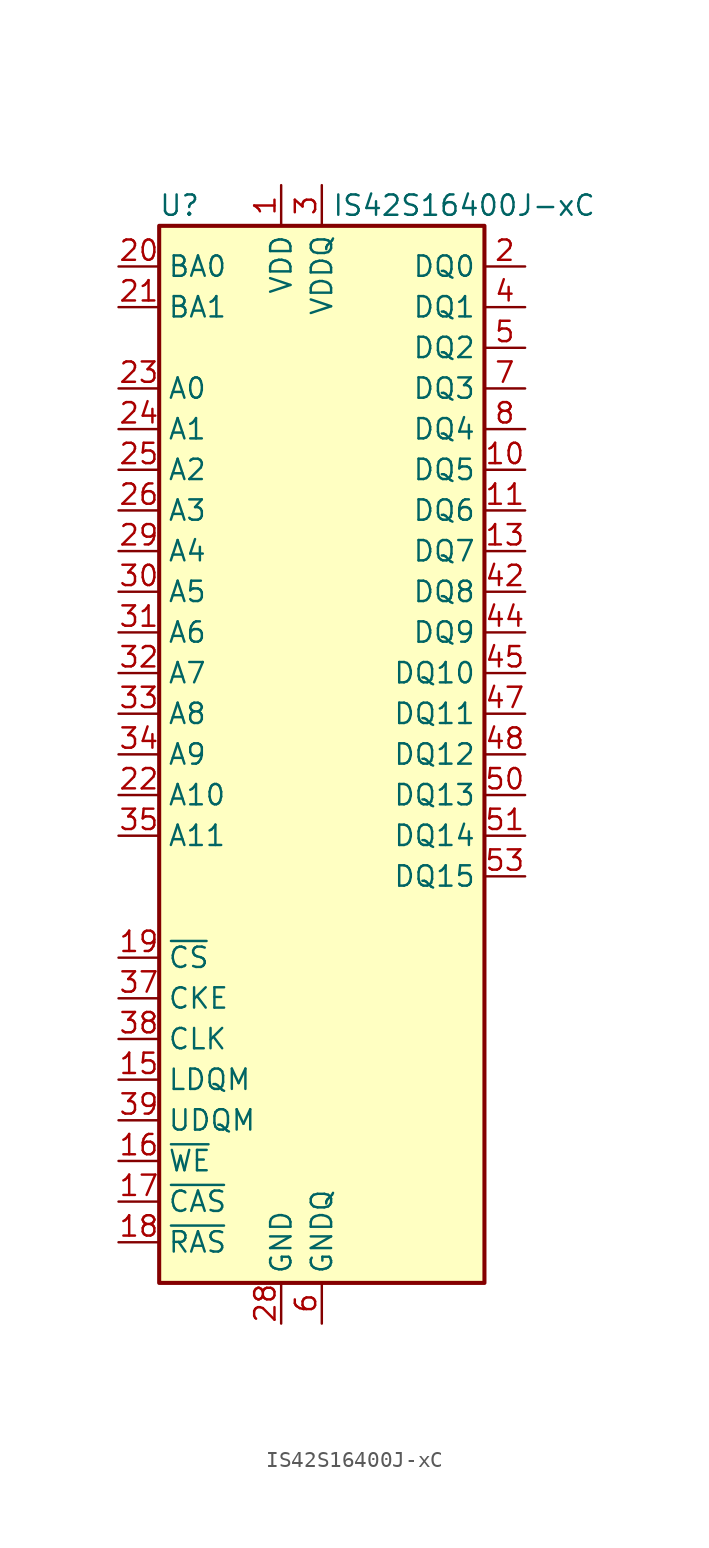
<source format=kicad_sym>
(kicad_symbol_lib
  (version 20200908)
  (generator kicad_symbol_editor)
  (symbol "Memory_RAM:IS42S16400J-xC"
    (property "Reference" "U"
      (at -8.89 34.29 0)
      (effects (font (size 1.27 1.27))))
    (property "Value" "IS42S16400J-xC"
      (at 8.89 34.29 0)
      (effects (font (size 1.27 1.27))))
    (symbol "IS42S16400J-xC_1_1"
      (rectangle (start -10.16 33.02) (end 10.16 -33.02) (stroke (width 0.254)) (fill (type background)))
      (pin power_in line (at -2.54 35.56 270) (length 2.54) (name "VDD" (effects (font (size 1.27 1.27)))) (number "1" (effects (font (size 1.27 1.27)))))
      (pin bidirectional line (at 12.7 17.78 180) (length 2.54) (name "DQ5" (effects (font (size 1.27 1.27)))) (number "10" (effects (font (size 1.27 1.27)))))
      (pin bidirectional line (at 12.7 15.24 180) (length 2.54) (name "DQ6" (effects (font (size 1.27 1.27)))) (number "11" (effects (font (size 1.27 1.27)))))
      (pin passive line (at 0 -35.56 90) (length 2.54) hide (name "GNDQ" (effects (font (size 1.27 1.27)))) (number "12" (effects (font (size 1.27 1.27)))))
      (pin bidirectional line (at 12.7 12.7 180) (length 2.54) (name "DQ7" (effects (font (size 1.27 1.27)))) (number "13" (effects (font (size 1.27 1.27)))))
      (pin passive line (at -2.54 35.56 270) (length 2.54) hide (name "VDD" (effects (font (size 1.27 1.27)))) (number "14" (effects (font (size 1.27 1.27)))))
      (pin input line (at -12.7 -20.32 0) (length 2.54) (name "LDQM" (effects (font (size 1.27 1.27)))) (number "15" (effects (font (size 1.27 1.27)))))
      (pin input line (at -12.7 -25.4 0) (length 2.54) (name "~WE" (effects (font (size 1.27 1.27)))) (number "16" (effects (font (size 1.27 1.27)))))
      (pin input line (at -12.7 -27.94 0) (length 2.54) (name "~CAS" (effects (font (size 1.27 1.27)))) (number "17" (effects (font (size 1.27 1.27)))))
      (pin input line (at -12.7 -30.48 0) (length 2.54) (name "~RAS" (effects (font (size 1.27 1.27)))) (number "18" (effects (font (size 1.27 1.27)))))
      (pin input line (at -12.7 -12.7 0) (length 2.54) (name "~CS" (effects (font (size 1.27 1.27)))) (number "19" (effects (font (size 1.27 1.27)))))
      (pin bidirectional line (at 12.7 30.48 180) (length 2.54) (name "DQ0" (effects (font (size 1.27 1.27)))) (number "2" (effects (font (size 1.27 1.27)))))
      (pin input line (at -12.7 30.48 0) (length 2.54) (name "BA0" (effects (font (size 1.27 1.27)))) (number "20" (effects (font (size 1.27 1.27)))))
      (pin input line (at -12.7 27.94 0) (length 2.54) (name "BA1" (effects (font (size 1.27 1.27)))) (number "21" (effects (font (size 1.27 1.27)))))
      (pin input line (at -12.7 -2.54 0) (length 2.54) (name "A10" (effects (font (size 1.27 1.27)))) (number "22" (effects (font (size 1.27 1.27)))))
      (pin input line (at -12.7 22.86 0) (length 2.54) (name "A0" (effects (font (size 1.27 1.27)))) (number "23" (effects (font (size 1.27 1.27)))))
      (pin input line (at -12.7 20.32 0) (length 2.54) (name "A1" (effects (font (size 1.27 1.27)))) (number "24" (effects (font (size 1.27 1.27)))))
      (pin input line (at -12.7 17.78 0) (length 2.54) (name "A2" (effects (font (size 1.27 1.27)))) (number "25" (effects (font (size 1.27 1.27)))))
      (pin input line (at -12.7 15.24 0) (length 2.54) (name "A3" (effects (font (size 1.27 1.27)))) (number "26" (effects (font (size 1.27 1.27)))))
      (pin passive line (at -2.54 35.56 270) (length 2.54) hide (name "VDD" (effects (font (size 1.27 1.27)))) (number "27" (effects (font (size 1.27 1.27)))))
      (pin power_in line (at -2.54 -35.56 90) (length 2.54) (name "GND" (effects (font (size 1.27 1.27)))) (number "28" (effects (font (size 1.27 1.27)))))
      (pin input line (at -12.7 12.7 0) (length 2.54) (name "A4" (effects (font (size 1.27 1.27)))) (number "29" (effects (font (size 1.27 1.27)))))
      (pin power_in line (at 0 35.56 270) (length 2.54) (name "VDDQ" (effects (font (size 1.27 1.27)))) (number "3" (effects (font (size 1.27 1.27)))))
      (pin input line (at -12.7 10.16 0) (length 2.54) (name "A5" (effects (font (size 1.27 1.27)))) (number "30" (effects (font (size 1.27 1.27)))))
      (pin input line (at -12.7 7.62 0) (length 2.54) (name "A6" (effects (font (size 1.27 1.27)))) (number "31" (effects (font (size 1.27 1.27)))))
      (pin input line (at -12.7 5.08 0) (length 2.54) (name "A7" (effects (font (size 1.27 1.27)))) (number "32" (effects (font (size 1.27 1.27)))))
      (pin input line (at -12.7 2.54 0) (length 2.54) (name "A8" (effects (font (size 1.27 1.27)))) (number "33" (effects (font (size 1.27 1.27)))))
      (pin input line (at -12.7 0 0) (length 2.54) (name "A9" (effects (font (size 1.27 1.27)))) (number "34" (effects (font (size 1.27 1.27)))))
      (pin input line (at -12.7 -5.08 0) (length 2.54) (name "A11" (effects (font (size 1.27 1.27)))) (number "35" (effects (font (size 1.27 1.27)))))
      (pin unconnected line (at 10.16 -17.78 180) (length 2.54) hide (name "NC" (effects (font (size 1.27 1.27)))) (number "36" (effects (font (size 1.27 1.27)))))
      (pin input line (at -12.7 -15.24 0) (length 2.54) (name "CKE" (effects (font (size 1.27 1.27)))) (number "37" (effects (font (size 1.27 1.27)))))
      (pin input line (at -12.7 -17.78 0) (length 2.54) (name "CLK" (effects (font (size 1.27 1.27)))) (number "38" (effects (font (size 1.27 1.27)))))
      (pin input line (at -12.7 -22.86 0) (length 2.54) (name "UDQM" (effects (font (size 1.27 1.27)))) (number "39" (effects (font (size 1.27 1.27)))))
      (pin bidirectional line (at 12.7 27.94 180) (length 2.54) (name "DQ1" (effects (font (size 1.27 1.27)))) (number "4" (effects (font (size 1.27 1.27)))))
      (pin unconnected line (at 10.16 -20.32 180) (length 2.54) hide (name "NC" (effects (font (size 1.27 1.27)))) (number "40" (effects (font (size 1.27 1.27)))))
      (pin passive line (at -2.54 -35.56 90) (length 2.54) hide (name "GND" (effects (font (size 1.27 1.27)))) (number "41" (effects (font (size 1.27 1.27)))))
      (pin bidirectional line (at 12.7 10.16 180) (length 2.54) (name "DQ8" (effects (font (size 1.27 1.27)))) (number "42" (effects (font (size 1.27 1.27)))))
      (pin passive line (at 0 35.56 270) (length 2.54) hide (name "VDDQ" (effects (font (size 1.27 1.27)))) (number "43" (effects (font (size 1.27 1.27)))))
      (pin bidirectional line (at 12.7 7.62 180) (length 2.54) (name "DQ9" (effects (font (size 1.27 1.27)))) (number "44" (effects (font (size 1.27 1.27)))))
      (pin bidirectional line (at 12.7 5.08 180) (length 2.54) (name "DQ10" (effects (font (size 1.27 1.27)))) (number "45" (effects (font (size 1.27 1.27)))))
      (pin passive line (at 0 -35.56 90) (length 2.54) hide (name "GNDQ" (effects (font (size 1.27 1.27)))) (number "46" (effects (font (size 1.27 1.27)))))
      (pin bidirectional line (at 12.7 2.54 180) (length 2.54) (name "DQ11" (effects (font (size 1.27 1.27)))) (number "47" (effects (font (size 1.27 1.27)))))
      (pin bidirectional line (at 12.7 0 180) (length 2.54) (name "DQ12" (effects (font (size 1.27 1.27)))) (number "48" (effects (font (size 1.27 1.27)))))
      (pin passive line (at 0 35.56 270) (length 2.54) hide (name "VDDQ" (effects (font (size 1.27 1.27)))) (number "49" (effects (font (size 1.27 1.27)))))
      (pin bidirectional line (at 12.7 25.4 180) (length 2.54) (name "DQ2" (effects (font (size 1.27 1.27)))) (number "5" (effects (font (size 1.27 1.27)))))
      (pin bidirectional line (at 12.7 -2.54 180) (length 2.54) (name "DQ13" (effects (font (size 1.27 1.27)))) (number "50" (effects (font (size 1.27 1.27)))))
      (pin bidirectional line (at 12.7 -5.08 180) (length 2.54) (name "DQ14" (effects (font (size 1.27 1.27)))) (number "51" (effects (font (size 1.27 1.27)))))
      (pin passive line (at 0 -35.56 90) (length 2.54) hide (name "GNDQ" (effects (font (size 1.27 1.27)))) (number "52" (effects (font (size 1.27 1.27)))))
      (pin bidirectional line (at 12.7 -7.62 180) (length 2.54) (name "DQ15" (effects (font (size 1.27 1.27)))) (number "53" (effects (font (size 1.27 1.27)))))
      (pin passive line (at -2.54 -35.56 90) (length 2.54) hide (name "GND" (effects (font (size 1.27 1.27)))) (number "54" (effects (font (size 1.27 1.27)))))
      (pin power_in line (at 0 -35.56 90) (length 2.54) (name "GNDQ" (effects (font (size 1.27 1.27)))) (number "6" (effects (font (size 1.27 1.27)))))
      (pin bidirectional line (at 12.7 22.86 180) (length 2.54) (name "DQ3" (effects (font (size 1.27 1.27)))) (number "7" (effects (font (size 1.27 1.27)))))
      (pin bidirectional line (at 12.7 20.32 180) (length 2.54) (name "DQ4" (effects (font (size 1.27 1.27)))) (number "8" (effects (font (size 1.27 1.27)))))
      (pin passive line (at 0 35.56 270) (length 2.54) hide (name "VDDQ" (effects (font (size 1.27 1.27)))) (number "9" (effects (font (size 1.27 1.27))))))))
</source>
